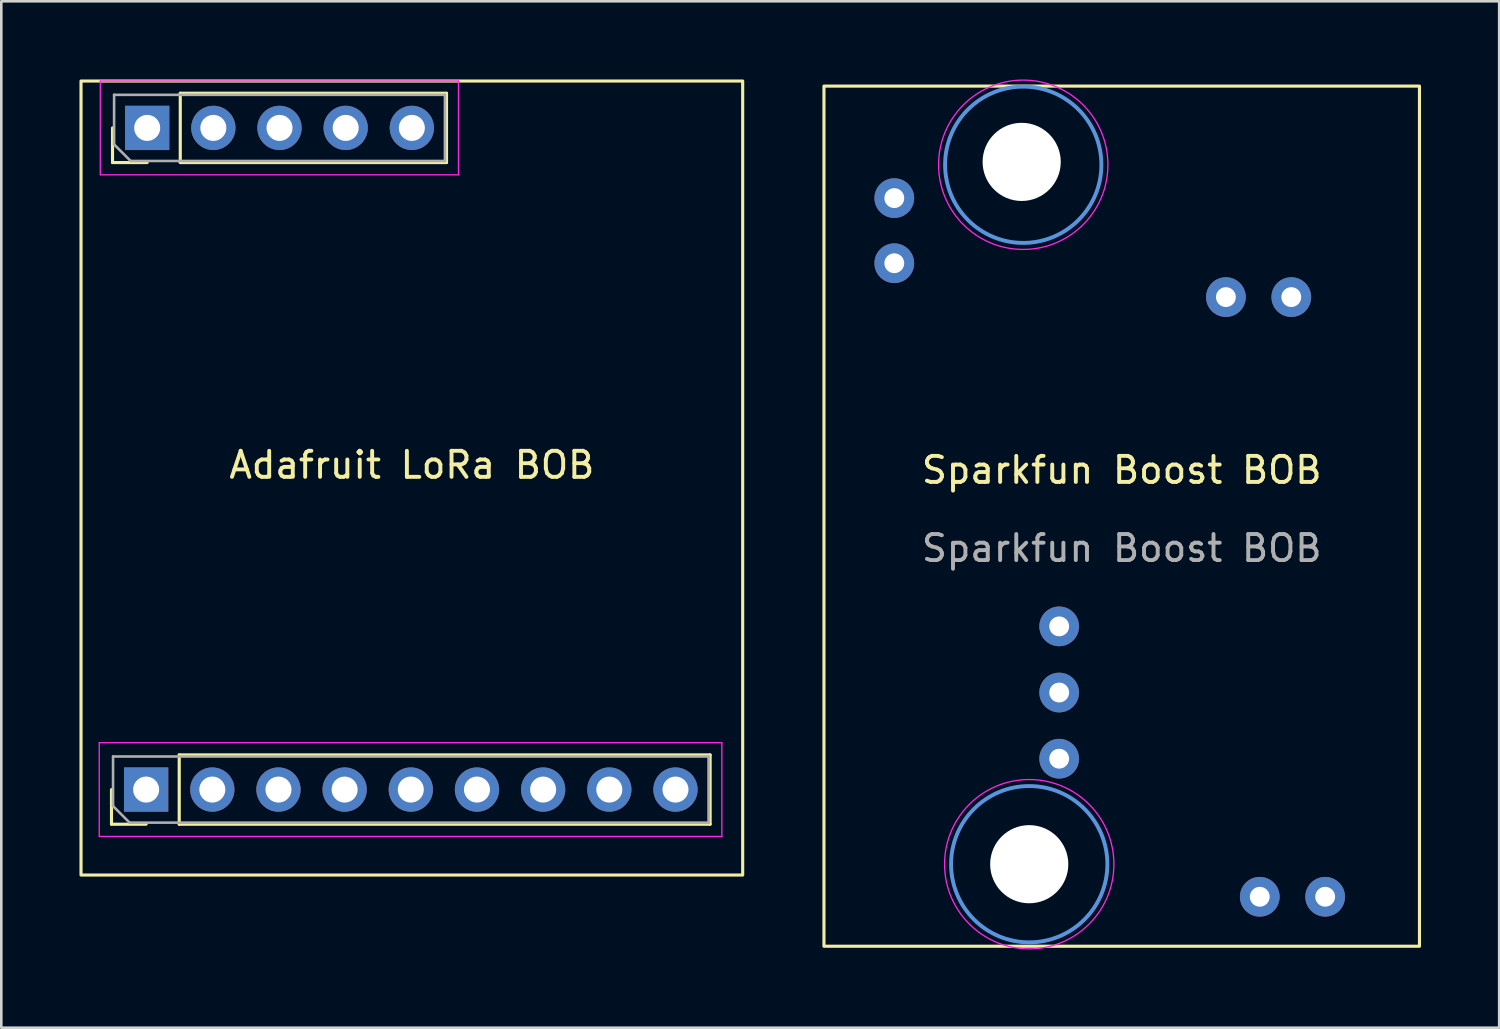
<source format=kicad_pcb>
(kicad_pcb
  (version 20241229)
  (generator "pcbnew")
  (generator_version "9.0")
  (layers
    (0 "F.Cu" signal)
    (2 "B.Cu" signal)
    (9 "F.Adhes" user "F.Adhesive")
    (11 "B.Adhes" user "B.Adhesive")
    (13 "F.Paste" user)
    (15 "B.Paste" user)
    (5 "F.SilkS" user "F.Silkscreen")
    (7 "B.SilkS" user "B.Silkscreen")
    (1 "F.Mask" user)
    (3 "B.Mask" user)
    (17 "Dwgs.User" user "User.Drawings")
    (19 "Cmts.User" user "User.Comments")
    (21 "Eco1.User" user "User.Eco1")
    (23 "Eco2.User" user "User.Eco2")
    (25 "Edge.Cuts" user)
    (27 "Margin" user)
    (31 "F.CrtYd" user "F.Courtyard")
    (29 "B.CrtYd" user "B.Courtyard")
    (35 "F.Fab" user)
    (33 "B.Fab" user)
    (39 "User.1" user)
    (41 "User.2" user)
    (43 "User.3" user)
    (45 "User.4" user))
  (footprint "Adafruit LoRa BOB"
    (layer "F.Cu")
    (at 12.76 15.3)
    (property "Reference" "Adafruit LoRa BOB" (at 0 -0.5 0) (unlocked yes) (layer "F.SilkS") (effects (font (size 1 1) (thickness 0.15))))
    (attr through_hole)
    (fp_line (start -11.53 13.29) (end -11.53 11.96) (stroke (width 0.12) (type solid)) (layer "F.SilkS"))
    (fp_line (start -11.49 -12.11) (end -11.49 -13.44) (stroke (width 0.12) (type solid)) (layer "F.SilkS"))
    (fp_line (start -10.2 13.29) (end -11.53 13.29) (stroke (width 0.12) (type solid)) (layer "F.SilkS"))
    (fp_line (start -10.16 -12.11) (end -11.49 -12.11) (stroke (width 0.12) (type solid)) (layer "F.SilkS"))
    (fp_line (start -8.93 10.63) (end 11.45 10.63) (stroke (width 0.12) (type solid)) (layer "F.SilkS"))
    (fp_line (start -8.93 13.29) (end -8.93 10.63) (stroke (width 0.12) (type solid)) (layer "F.SilkS"))
    (fp_line (start -8.93 13.29) (end 11.45 13.29) (stroke (width 0.12) (type solid)) (layer "F.SilkS"))
    (fp_line (start -8.89 -14.77) (end 1.33 -14.77) (stroke (width 0.12) (type solid)) (layer "F.SilkS"))
    (fp_line (start -8.89 -12.11) (end -8.89 -14.77) (stroke (width 0.12) (type solid)) (layer "F.SilkS"))
    (fp_line (start -8.89 -12.11) (end 1.33 -12.11) (stroke (width 0.12) (type solid)) (layer "F.SilkS"))
    (fp_line (start 1.33 -12.11) (end 1.33 -14.77) (stroke (width 0.12) (type solid)) (layer "F.SilkS"))
    (fp_line (start 11.45 13.29) (end 11.45 10.63) (stroke (width 0.12) (type solid)) (layer "F.SilkS"))
    (fp_rect (start -12.7 -15.24) (end 12.7 15.24) (stroke (width 0.12) (type solid)) (fill no) (layer "F.SilkS"))
    (fp_line (start -12 10.16) (end -12 13.76) (stroke (width 0.05) (type solid)) (layer "F.CrtYd"))
    (fp_line (start -12 13.76) (end 11.9 13.76) (stroke (width 0.05) (type solid)) (layer "F.CrtYd"))
    (fp_line (start -11.96 -15.24) (end -11.96 -11.64) (stroke (width 0.05) (type solid)) (layer "F.CrtYd"))
    (fp_line (start -11.96 -11.64) (end 1.79 -11.64) (stroke (width 0.05) (type solid)) (layer "F.CrtYd"))
    (fp_line (start 1.79 -15.24) (end -11.96 -15.24) (stroke (width 0.05) (type solid)) (layer "F.CrtYd"))
    (fp_line (start 1.79 -11.64) (end 1.79 -15.24) (stroke (width 0.05) (type solid)) (layer "F.CrtYd"))
    (fp_line (start 11.9 10.16) (end -12 10.16) (stroke (width 0.05) (type solid)) (layer "F.CrtYd"))
    (fp_line (start 11.9 13.76) (end 11.9 10.16) (stroke (width 0.05) (type solid)) (layer "F.CrtYd"))
    (fp_line (start -11.47 10.69) (end 11.39 10.69) (stroke (width 0.1) (type solid)) (layer "F.Fab"))
    (fp_line (start -11.47 12.595) (end -11.47 10.69) (stroke (width 0.1) (type solid)) (layer "F.Fab"))
    (fp_line (start -11.43 -14.71) (end 1.27 -14.71) (stroke (width 0.1) (type solid)) (layer "F.Fab"))
    (fp_line (start -11.43 -12.805) (end -11.43 -14.71) (stroke (width 0.1) (type solid)) (layer "F.Fab"))
    (fp_line (start -10.835 13.23) (end -11.47 12.595) (stroke (width 0.1) (type solid)) (layer "F.Fab"))
    (fp_line (start -10.795 -12.17) (end -11.43 -12.805) (stroke (width 0.1) (type solid)) (layer "F.Fab"))
    (fp_line (start 1.27 -14.71) (end 1.27 -12.17) (stroke (width 0.1) (type solid)) (layer "F.Fab"))
    (fp_line (start 1.27 -12.17) (end -10.795 -12.17) (stroke (width 0.1) (type solid)) (layer "F.Fab"))
    (fp_line (start 11.39 10.69) (end 11.39 13.23) (stroke (width 0.1) (type solid)) (layer "F.Fab"))
    (fp_line (start 11.39 13.23) (end -10.835 13.23) (stroke (width 0.1) (type solid)) (layer "F.Fab"))
    (pad "1" thru_hole rect (at -10.2 11.96 90) (size 1.7 1.7) (drill 1) (layers "*.Cu" "*.Mask"))
    (pad "2" thru_hole oval (at -7.66 11.96 90) (size 1.7 1.7) (drill 1) (layers "*.Cu" "*.Mask"))
    (pad "3" thru_hole oval (at -5.12 11.96 90) (size 1.7 1.7) (drill 1) (layers "*.Cu" "*.Mask"))
    (pad "4" thru_hole oval (at -2.58 11.96 90) (size 1.7 1.7) (drill 1) (layers "*.Cu" "*.Mask"))
    (pad "5" thru_hole oval (at -0.04 11.96 90) (size 1.7 1.7) (drill 1) (layers "*.Cu" "*.Mask"))
    (pad "6" thru_hole oval (at 2.5 11.96 90) (size 1.7 1.7) (drill 1) (layers "*.Cu" "*.Mask"))
    (pad "7" thru_hole oval (at 5.04 11.96 90) (size 1.7 1.7) (drill 1) (layers "*.Cu" "*.Mask"))
    (pad "8" thru_hole oval (at 7.58 11.96 90) (size 1.7 1.7) (drill 1) (layers "*.Cu" "*.Mask"))
    (pad "9" thru_hole rect (at -10.16 -13.44 90) (size 1.7 1.7) (drill 1) (layers "*.Cu" "*.Mask"))
    (pad "9" thru_hole oval (at 10.12 11.96 90) (size 1.7 1.7) (drill 1) (layers "*.Cu" "*.Mask"))
    (pad "10" thru_hole oval (at -7.62 -13.44 90) (size 1.7 1.7) (drill 1) (layers "*.Cu" "*.Mask"))
    (pad "11" thru_hole oval (at -5.08 -13.44 90) (size 1.7 1.7) (drill 1) (layers "*.Cu" "*.Mask"))
    (pad "12" thru_hole oval (at -2.54 -13.44 90) (size 1.7 1.7) (drill 1) (layers "*.Cu" "*.Mask"))
    (pad "13" thru_hole oval (at 0 -13.44 90) (size 1.7 1.7) (drill 1) (layers "*.Cu" "*.Mask")))
  (footprint "Sparkfun Boost BOB"
    (layer "F.Cu")
    (at 40.01 15.495)
    (property "Reference" "Sparkfun Boost BOB" (at 0 -0.5 0) (unlocked yes) (layer "F.SilkS") (effects (font (size 1 1) (thickness 0.15))))
    (attr through_hole)
    (fp_rect (start -11.43 -15.24) (end 11.43 17.78) (stroke (width 0.12) (type solid)) (fill no) (layer "F.SilkS"))
    (fp_circle (center -3.78 -12.22) (end -0.78 -12.22) (stroke (width 0.15) (type solid)) (fill no) (layer "Cmts.User"))
    (fp_circle (center -3.55 14.63) (end -0.55 14.63) (stroke (width 0.15) (type solid)) (fill no) (layer "Cmts.User"))
    (fp_circle (center -3.78 -12.22) (end -0.53 -12.22) (stroke (width 0.05) (type solid)) (fill no) (layer "F.CrtYd"))
    (fp_circle (center -3.55 14.63) (end -0.3 14.63) (stroke (width 0.05) (type solid)) (fill no) (layer "F.CrtYd"))
    (fp_text user "${REFERENCE}" (at 0 2.5 0) (unlocked yes) (layer "F.Fab") (effects (font (size 1 1) (thickness 0.15))))
    (pad "" np_thru_hole circle (at -3.84 -12.33) (size 3 3) (drill 3) (layers "*.Cu" "*.Mask"))
    (pad "" np_thru_hole circle (at -3.55 14.63) (size 3 3) (drill 3) (layers "*.Cu" "*.Mask"))
    (pad "1" thru_hole circle (at -8.73 -10.94) (size 1.524 1.524) (drill 0.762) (layers "*.Cu" "*.Mask"))
    (pad "2" thru_hole circle (at -8.73 -8.44) (size 1.524 1.524) (drill 0.762) (layers "*.Cu" "*.Mask"))
    (pad "3" thru_hole circle (at -2.4 5.5) (size 1.524 1.524) (drill 0.762) (layers "*.Cu" "*.Mask"))
    (pad "4" thru_hole circle (at -2.4 8.04) (size 1.524 1.524) (drill 0.762) (layers "*.Cu" "*.Mask"))
    (pad "5" thru_hole circle (at -2.4 10.58) (size 1.524 1.524) (drill 0.762) (layers "*.Cu" "*.Mask"))
    (pad "6" thru_hole circle (at 5.3 15.88) (size 1.524 1.524) (drill 0.762) (layers "*.Cu" "*.Mask"))
    (pad "7" thru_hole circle (at 7.81 15.88) (size 1.524 1.524) (drill 0.762) (layers "*.Cu" "*.Mask"))
    (pad "8" thru_hole circle (at 4 -7.14) (size 1.524 1.524) (drill 0.762) (layers "*.Cu" "*.Mask"))
    (pad "9" thru_hole circle (at 6.51 -7.14) (size 1.524 1.524) (drill 0.762) (layers "*.Cu" "*.Mask")))
  (gr_rect
    (start -3 -3)
    (end 54.5 36.4)
    (stroke (width 0.1) (type default))
    (fill no)
    (layer "Edge.Cuts")))
</source>
